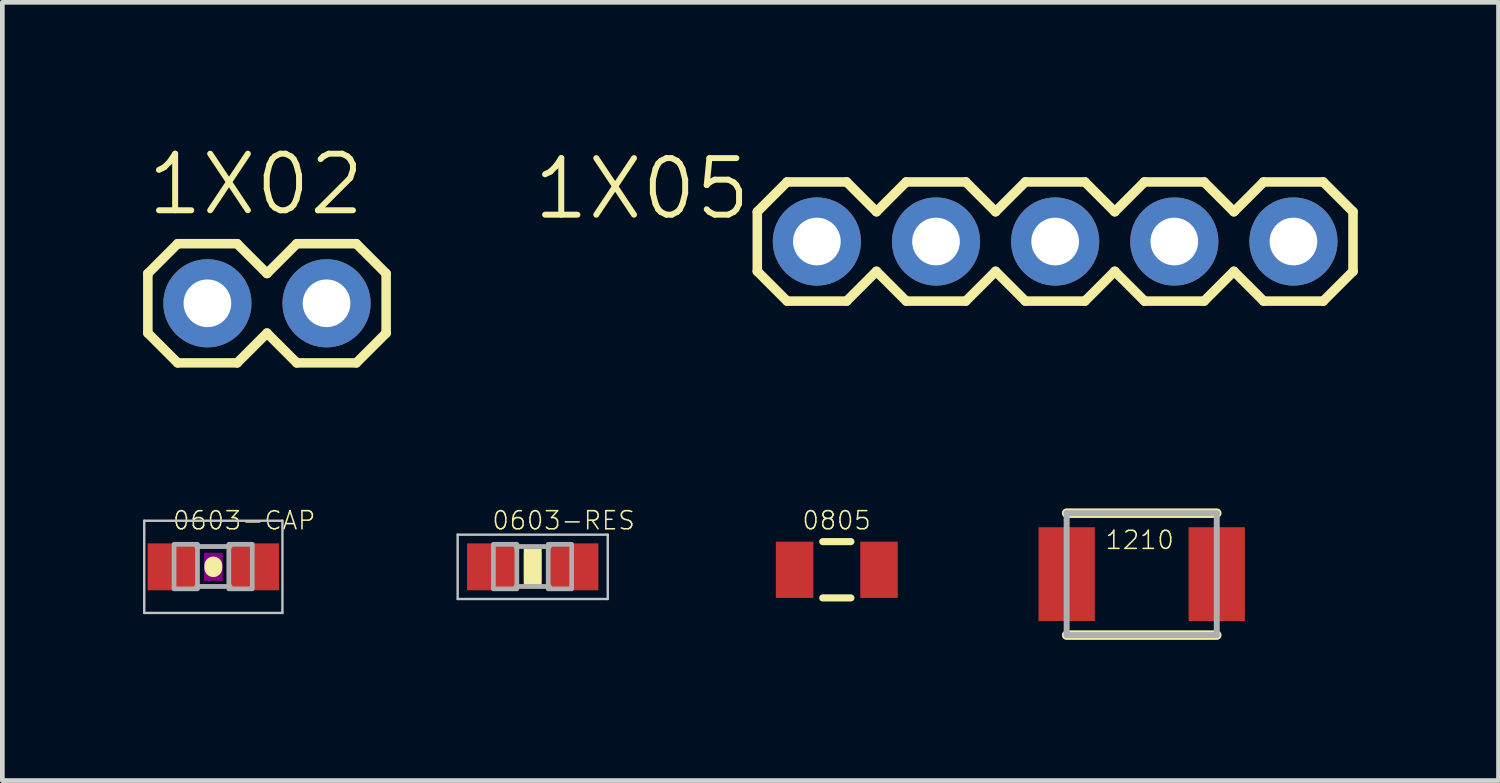
<source format=kicad_pcb>
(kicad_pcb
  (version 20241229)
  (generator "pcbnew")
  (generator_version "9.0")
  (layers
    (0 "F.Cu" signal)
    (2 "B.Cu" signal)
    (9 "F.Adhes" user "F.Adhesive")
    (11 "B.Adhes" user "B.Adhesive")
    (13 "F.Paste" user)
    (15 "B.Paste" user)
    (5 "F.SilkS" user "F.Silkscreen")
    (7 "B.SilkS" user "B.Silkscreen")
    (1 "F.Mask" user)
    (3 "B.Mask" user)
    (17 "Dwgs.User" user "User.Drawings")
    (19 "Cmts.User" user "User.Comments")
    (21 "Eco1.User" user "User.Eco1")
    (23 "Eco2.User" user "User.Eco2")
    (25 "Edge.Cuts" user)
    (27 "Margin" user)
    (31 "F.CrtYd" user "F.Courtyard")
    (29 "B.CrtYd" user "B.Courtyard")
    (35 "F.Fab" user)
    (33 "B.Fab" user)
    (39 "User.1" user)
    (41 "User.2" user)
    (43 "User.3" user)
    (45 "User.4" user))
  (footprint "0603-CAP"
    (layer "F.Cu")
    (at 1.498 9.034)
    (property "Reference" "0603-CAP" (at -0.889 -0.762 0) (layer "F.SilkS") (effects (font (size 0.386 0.386) (thickness 0.033)) (justify left bottom)))
    (attr through_hole)
    (fp_line (start 0 -0.028) (end 0 0.028) (stroke (width 0.381) (type solid)) (layer "F.SilkS"))
    (fp_poly (pts (xy -0.2 0.3) (xy 0.2 0.3) (xy 0.2 -0.3) (xy -0.2 -0.3)) (stroke (width 0) (type solid)) (fill yes) (layer "F.Adhes"))
    (fp_line (start -1.473 -0.983) (end 1.473 -0.983) (stroke (width 0.051) (type solid)) (layer "Dwgs.User"))
    (fp_line (start -1.473 0.983) (end -1.473 -0.983) (stroke (width 0.051) (type solid)) (layer "Dwgs.User"))
    (fp_line (start 1.473 -0.983) (end 1.473 0.983) (stroke (width 0.051) (type solid)) (layer "Dwgs.User"))
    (fp_line (start 1.473 0.983) (end -1.473 0.983) (stroke (width 0.051) (type solid)) (layer "Dwgs.User"))
    (fp_line (start -0.356 -0.432) (end 0.356 -0.432) (stroke (width 0.102) (type solid)) (layer "F.Fab"))
    (fp_line (start -0.356 0.419) (end 0.356 0.419) (stroke (width 0.102) (type solid)) (layer "F.Fab"))
    (fp_poly (pts (xy -0.838 0.47) (xy -0.338 0.47) (xy -0.338 -0.48) (xy -0.838 -0.48)) (stroke (width 0.1) (type solid)) (fill no) (layer "F.Fab"))
    (fp_poly (pts (xy 0.33 0.47) (xy 0.83 0.47) (xy 0.83 -0.48) (xy 0.33 -0.48)) (stroke (width 0.1) (type solid)) (fill no) (layer "F.Fab"))
    (pad "1" smd rect (at -0.85 0) (size 1.1 1) (layers "F.Cu" "F.Mask" "F.Paste"))
    (pad "2" smd rect (at 0.85 0) (size 1.1 1) (layers "F.Cu" "F.Mask" "F.Paste")))
  (footprint "0603-RES"
    (layer "F.Cu")
    (at 8.307 9.034)
    (property "Reference" "0603-RES" (at -0.889 -0.762 0) (layer "F.SilkS") (effects (font (size 0.386 0.386) (thickness 0.033)) (justify left bottom)))
    (attr through_hole)
    (fp_poly (pts (xy -0.191 0.381) (xy 0.191 0.381) (xy 0.191 -0.381) (xy -0.191 -0.381)) (stroke (width 0) (type solid)) (fill yes) (layer "F.SilkS"))
    (fp_poly (pts (xy -0.2 0.3) (xy 0.2 0.3) (xy 0.2 -0.3) (xy -0.2 -0.3)) (stroke (width 0) (type solid)) (fill yes) (layer "F.Adhes"))
    (fp_line (start -1.6 -0.686) (end 1.6 -0.686) (stroke (width 0.051) (type solid)) (layer "Dwgs.User"))
    (fp_line (start -1.6 0.686) (end -1.6 -0.686) (stroke (width 0.051) (type solid)) (layer "Dwgs.User"))
    (fp_line (start 1.6 -0.686) (end 1.6 0.686) (stroke (width 0.051) (type solid)) (layer "Dwgs.User"))
    (fp_line (start 1.6 0.686) (end -1.6 0.686) (stroke (width 0.051) (type solid)) (layer "Dwgs.User"))
    (fp_line (start -0.356 -0.432) (end 0.356 -0.432) (stroke (width 0.102) (type solid)) (layer "F.Fab"))
    (fp_line (start -0.356 0.419) (end 0.356 0.419) (stroke (width 0.102) (type solid)) (layer "F.Fab"))
    (fp_poly (pts (xy -0.838 0.47) (xy -0.338 0.47) (xy -0.338 -0.48) (xy -0.838 -0.48)) (stroke (width 0.1) (type solid)) (fill no) (layer "F.Fab"))
    (fp_poly (pts (xy 0.33 0.47) (xy 0.83 0.47) (xy 0.83 -0.48) (xy 0.33 -0.48)) (stroke (width 0.1) (type solid)) (fill no) (layer "F.Fab"))
    (pad "1" smd rect (at -0.85 0) (size 1.1 1) (layers "F.Cu" "F.Mask" "F.Paste"))
    (pad "2" smd rect (at 0.85 0) (size 1.1 1) (layers "F.Cu" "F.Mask" "F.Paste")))
  (footprint "1210"
    (layer "F.Cu")
    (at 21.29 9.19)
    (property "Reference" "1210" (at -0.8 -0.5 0) (layer "F.SilkS") (effects (font (size 0.386 0.386) (thickness 0.033)) (justify left bottom)))
    (attr through_hole)
    (fp_line (start -1.6 -1.3) (end 1.6 -1.3) (stroke (width 0.203) (type solid)) (layer "F.SilkS"))
    (fp_line (start -1.6 1.3) (end 1.6 1.3) (stroke (width 0.203) (type solid)) (layer "F.SilkS"))
    (fp_line (start -1.6 -1.3) (end 1.6 -1.3) (stroke (width 0.127) (type solid)) (layer "F.Fab"))
    (fp_line (start -1.6 1.3) (end -1.6 -1.3) (stroke (width 0.127) (type solid)) (layer "F.Fab"))
    (fp_line (start 1.6 -1.3) (end 1.6 1.3) (stroke (width 0.127) (type solid)) (layer "F.Fab"))
    (fp_line (start 1.6 1.3) (end -1.6 1.3) (stroke (width 0.127) (type solid)) (layer "F.Fab"))
    (pad "1" smd rect (at -1.6 0) (size 1.2 2) (layers "F.Cu" "F.Mask" "F.Paste"))
    (pad "2" smd rect (at 1.6 0) (size 1.2 2) (layers "F.Cu" "F.Mask" "F.Paste")))
  (footprint "1X05"
    (layer "F.Cu")
    (at 14.365 2.099)
    (property "Reference" "1X05" (at -1.346 -1.829 0) (layer "F.SilkS") (effects (font (size 1.206 1.206) (thickness 0.127)) (justify right top)))
    (attr through_hole)
    (fp_line (start -1.27 -0.635) (end -1.27 0.635) (stroke (width 0.203) (type solid)) (layer "F.SilkS"))
    (fp_line (start -1.27 0.635) (end -0.635 1.27) (stroke (width 0.203) (type solid)) (layer "F.SilkS"))
    (fp_line (start -0.635 -1.27) (end -1.27 -0.635) (stroke (width 0.203) (type solid)) (layer "F.SilkS"))
    (fp_line (start -0.635 -1.27) (end 0.635 -1.27) (stroke (width 0.203) (type solid)) (layer "F.SilkS"))
    (fp_line (start 0.635 -1.27) (end 1.27 -0.635) (stroke (width 0.203) (type solid)) (layer "F.SilkS"))
    (fp_line (start 0.635 1.27) (end -0.635 1.27) (stroke (width 0.203) (type solid)) (layer "F.SilkS"))
    (fp_line (start 1.27 -0.635) (end 1.905 -1.27) (stroke (width 0.203) (type solid)) (layer "F.SilkS"))
    (fp_line (start 1.27 0.635) (end 0.635 1.27) (stroke (width 0.203) (type solid)) (layer "F.SilkS"))
    (fp_line (start 1.905 -1.27) (end 3.175 -1.27) (stroke (width 0.203) (type solid)) (layer "F.SilkS"))
    (fp_line (start 1.905 1.27) (end 1.27 0.635) (stroke (width 0.203) (type solid)) (layer "F.SilkS"))
    (fp_line (start 3.175 -1.27) (end 3.81 -0.635) (stroke (width 0.203) (type solid)) (layer "F.SilkS"))
    (fp_line (start 3.175 1.27) (end 1.905 1.27) (stroke (width 0.203) (type solid)) (layer "F.SilkS"))
    (fp_line (start 3.81 -0.635) (end 4.445 -1.27) (stroke (width 0.203) (type solid)) (layer "F.SilkS"))
    (fp_line (start 3.81 0.635) (end 3.175 1.27) (stroke (width 0.203) (type solid)) (layer "F.SilkS"))
    (fp_line (start 4.445 -1.27) (end 5.715 -1.27) (stroke (width 0.203) (type solid)) (layer "F.SilkS"))
    (fp_line (start 4.445 1.27) (end 3.81 0.635) (stroke (width 0.203) (type solid)) (layer "F.SilkS"))
    (fp_line (start 5.715 -1.27) (end 6.35 -0.635) (stroke (width 0.203) (type solid)) (layer "F.SilkS"))
    (fp_line (start 5.715 1.27) (end 4.445 1.27) (stroke (width 0.203) (type solid)) (layer "F.SilkS"))
    (fp_line (start 6.35 0.635) (end 5.715 1.27) (stroke (width 0.203) (type solid)) (layer "F.SilkS"))
    (fp_line (start 6.35 0.635) (end 6.985 1.27) (stroke (width 0.203) (type solid)) (layer "F.SilkS"))
    (fp_line (start 6.985 -1.27) (end 6.35 -0.635) (stroke (width 0.203) (type solid)) (layer "F.SilkS"))
    (fp_line (start 6.985 -1.27) (end 8.255 -1.27) (stroke (width 0.203) (type solid)) (layer "F.SilkS"))
    (fp_line (start 8.255 -1.27) (end 8.89 -0.635) (stroke (width 0.203) (type solid)) (layer "F.SilkS"))
    (fp_line (start 8.255 1.27) (end 6.985 1.27) (stroke (width 0.203) (type solid)) (layer "F.SilkS"))
    (fp_line (start 8.89 -0.635) (end 9.525 -1.27) (stroke (width 0.203) (type solid)) (layer "F.SilkS"))
    (fp_line (start 8.89 0.635) (end 8.255 1.27) (stroke (width 0.203) (type solid)) (layer "F.SilkS"))
    (fp_line (start 9.525 -1.27) (end 10.795 -1.27) (stroke (width 0.203) (type solid)) (layer "F.SilkS"))
    (fp_line (start 9.525 1.27) (end 8.89 0.635) (stroke (width 0.203) (type solid)) (layer "F.SilkS"))
    (fp_line (start 10.795 -1.27) (end 11.43 -0.635) (stroke (width 0.203) (type solid)) (layer "F.SilkS"))
    (fp_line (start 10.795 1.27) (end 9.525 1.27) (stroke (width 0.203) (type solid)) (layer "F.SilkS"))
    (fp_line (start 11.43 -0.635) (end 11.43 0.635) (stroke (width 0.203) (type solid)) (layer "F.SilkS"))
    (fp_line (start 11.43 0.635) (end 10.795 1.27) (stroke (width 0.203) (type solid)) (layer "F.SilkS"))
    (fp_poly (pts (xy -0.254 0.254) (xy 0.254 0.254) (xy 0.254 -0.254) (xy -0.254 -0.254)) (stroke (width 0.1) (type solid)) (fill no) (layer "F.Fab"))
    (fp_poly (pts (xy 2.286 0.254) (xy 2.794 0.254) (xy 2.794 -0.254) (xy 2.286 -0.254)) (stroke (width 0.1) (type solid)) (fill no) (layer "F.Fab"))
    (fp_poly (pts (xy 4.826 0.254) (xy 5.334 0.254) (xy 5.334 -0.254) (xy 4.826 -0.254)) (stroke (width 0.1) (type solid)) (fill no) (layer "F.Fab"))
    (fp_poly (pts (xy 7.366 0.254) (xy 7.874 0.254) (xy 7.874 -0.254) (xy 7.366 -0.254)) (stroke (width 0.1) (type solid)) (fill no) (layer "F.Fab"))
    (fp_poly (pts (xy 9.906 0.254) (xy 10.414 0.254) (xy 10.414 -0.254) (xy 9.906 -0.254)) (stroke (width 0.1) (type solid)) (fill no) (layer "F.Fab"))
    (pad "1" thru_hole circle (at 0 0 90) (size 1.88 1.88) (drill 1.016) (layers "*.Cu" "*.Mask"))
    (pad "2" thru_hole circle (at 2.54 0 90) (size 1.88 1.88) (drill 1.016) (layers "*.Cu" "*.Mask"))
    (pad "3" thru_hole circle (at 5.08 0 90) (size 1.88 1.88) (drill 1.016) (layers "*.Cu" "*.Mask"))
    (pad "4" thru_hole circle (at 7.62 0 90) (size 1.88 1.88) (drill 1.016) (layers "*.Cu" "*.Mask"))
    (pad "5" thru_hole circle (at 10.16 0 90) (size 1.88 1.88) (drill 1.016) (layers "*.Cu" "*.Mask")))
  (footprint "1X02"
    (layer "F.Cu")
    (at 1.372 3.416)
    (property "Reference" "1X02" (at -1.346 -1.829 0) (layer "F.SilkS") (effects (font (size 1.206 1.206) (thickness 0.127)) (justify left bottom)))
    (attr through_hole)
    (fp_line (start -1.27 -0.635) (end -1.27 0.635) (stroke (width 0.203) (type solid)) (layer "F.SilkS"))
    (fp_line (start -1.27 0.635) (end -0.635 1.27) (stroke (width 0.203) (type solid)) (layer "F.SilkS"))
    (fp_line (start -0.635 -1.27) (end -1.27 -0.635) (stroke (width 0.203) (type solid)) (layer "F.SilkS"))
    (fp_line (start -0.635 -1.27) (end 0.635 -1.27) (stroke (width 0.203) (type solid)) (layer "F.SilkS"))
    (fp_line (start 0.635 -1.27) (end 1.27 -0.635) (stroke (width 0.203) (type solid)) (layer "F.SilkS"))
    (fp_line (start 0.635 1.27) (end -0.635 1.27) (stroke (width 0.203) (type solid)) (layer "F.SilkS"))
    (fp_line (start 1.27 -0.635) (end 1.905 -1.27) (stroke (width 0.203) (type solid)) (layer "F.SilkS"))
    (fp_line (start 1.27 0.635) (end 0.635 1.27) (stroke (width 0.203) (type solid)) (layer "F.SilkS"))
    (fp_line (start 1.905 -1.27) (end 3.175 -1.27) (stroke (width 0.203) (type solid)) (layer "F.SilkS"))
    (fp_line (start 1.905 1.27) (end 1.27 0.635) (stroke (width 0.203) (type solid)) (layer "F.SilkS"))
    (fp_line (start 3.175 -1.27) (end 3.81 -0.635) (stroke (width 0.203) (type solid)) (layer "F.SilkS"))
    (fp_line (start 3.175 1.27) (end 1.905 1.27) (stroke (width 0.203) (type solid)) (layer "F.SilkS"))
    (fp_line (start 3.81 -0.635) (end 3.81 0.635) (stroke (width 0.203) (type solid)) (layer "F.SilkS"))
    (fp_line (start 3.81 0.635) (end 3.175 1.27) (stroke (width 0.203) (type solid)) (layer "F.SilkS"))
    (fp_poly (pts (xy -0.254 0.254) (xy 0.254 0.254) (xy 0.254 -0.254) (xy -0.254 -0.254)) (stroke (width 0.1) (type solid)) (fill no) (layer "F.Fab"))
    (fp_poly (pts (xy 2.286 0.254) (xy 2.794 0.254) (xy 2.794 -0.254) (xy 2.286 -0.254)) (stroke (width 0.1) (type solid)) (fill no) (layer "F.Fab"))
    (pad "1" thru_hole circle (at 0 0 90) (size 1.88 1.88) (drill 1.016) (layers "*.Cu" "*.Mask"))
    (pad "2" thru_hole circle (at 2.54 0 90) (size 1.88 1.88) (drill 1.016) (layers "*.Cu" "*.Mask")))
  (footprint "0805"
    (layer "F.Cu")
    (at 14.79 9.097)
    (property "Reference" "0805" (at -0.762 -0.826 0) (layer "F.SilkS") (effects (font (size 0.386 0.386) (thickness 0.033)) (justify left bottom)))
    (attr through_hole)
    (fp_line (start -0.3 -0.6) (end 0.3 -0.6) (stroke (width 0.152) (type solid)) (layer "F.SilkS"))
    (fp_line (start -0.3 0.6) (end 0.3 0.6) (stroke (width 0.152) (type solid)) (layer "F.SilkS"))
    (pad "1" smd rect (at -0.9 0) (size 0.8 1.2) (layers "F.Cu" "F.Mask" "F.Paste"))
    (pad "2" smd rect (at 0.9 0) (size 0.8 1.2) (layers "F.Cu" "F.Mask" "F.Paste")))
  (gr_rect
    (start -3 -3)
    (end 28.897 13.591)
    (stroke (width 0.1) (type default))
    (fill no)
    (layer "Edge.Cuts")))
</source>
